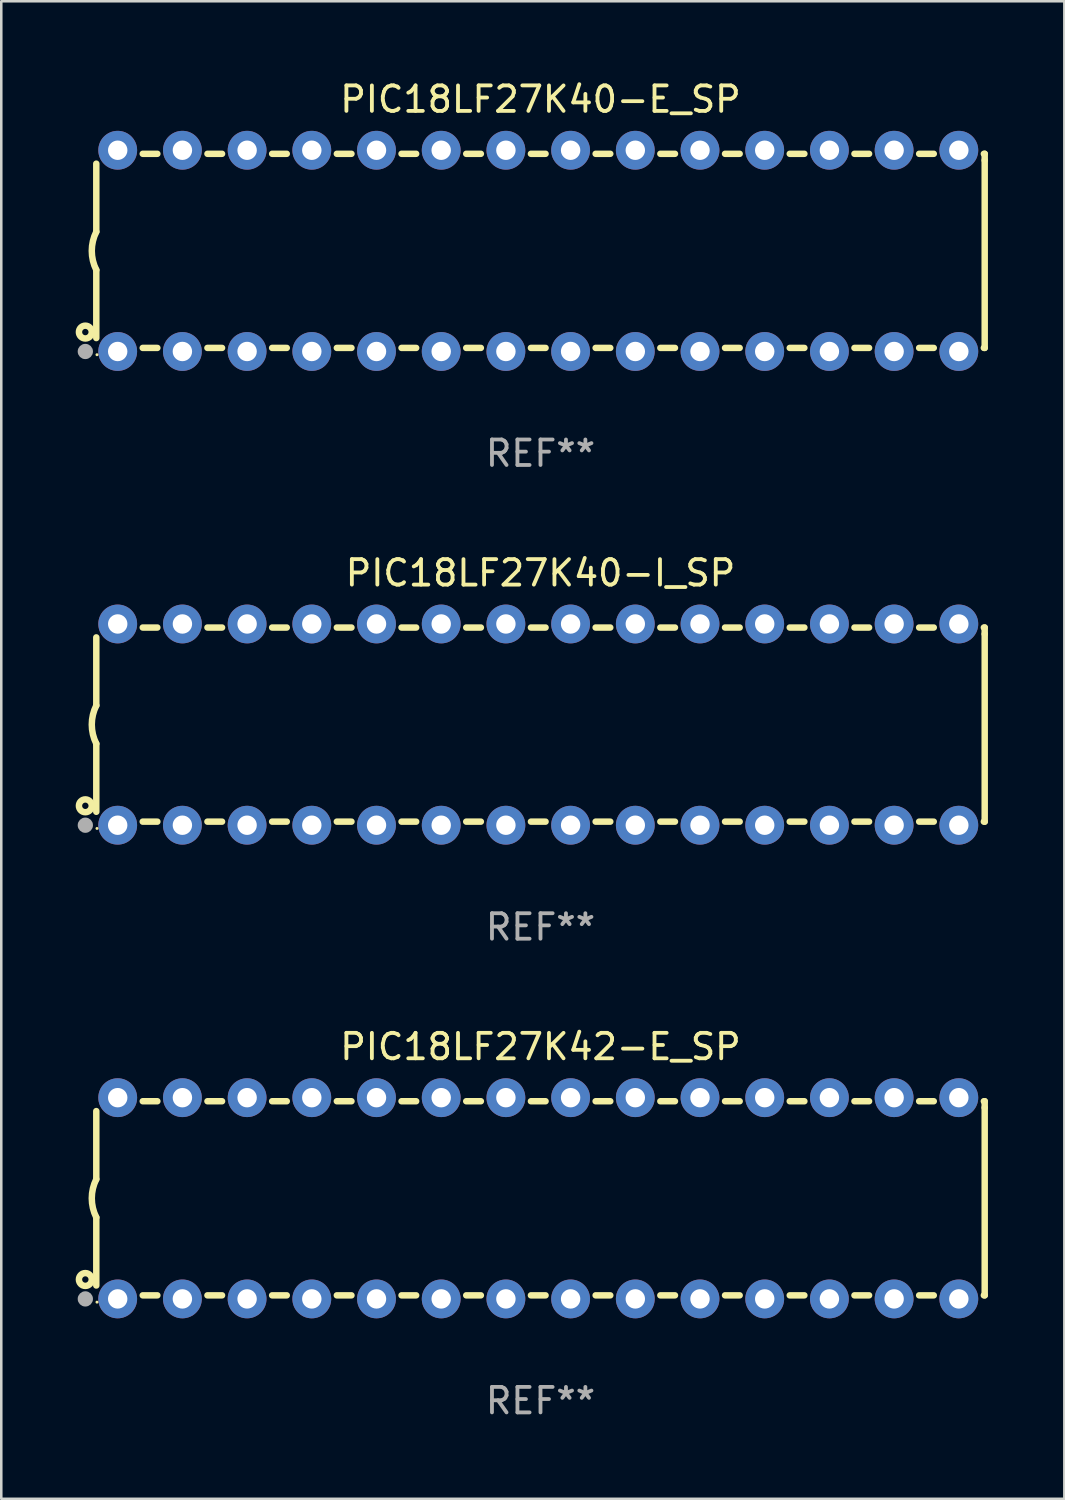
<source format=kicad_pcb>
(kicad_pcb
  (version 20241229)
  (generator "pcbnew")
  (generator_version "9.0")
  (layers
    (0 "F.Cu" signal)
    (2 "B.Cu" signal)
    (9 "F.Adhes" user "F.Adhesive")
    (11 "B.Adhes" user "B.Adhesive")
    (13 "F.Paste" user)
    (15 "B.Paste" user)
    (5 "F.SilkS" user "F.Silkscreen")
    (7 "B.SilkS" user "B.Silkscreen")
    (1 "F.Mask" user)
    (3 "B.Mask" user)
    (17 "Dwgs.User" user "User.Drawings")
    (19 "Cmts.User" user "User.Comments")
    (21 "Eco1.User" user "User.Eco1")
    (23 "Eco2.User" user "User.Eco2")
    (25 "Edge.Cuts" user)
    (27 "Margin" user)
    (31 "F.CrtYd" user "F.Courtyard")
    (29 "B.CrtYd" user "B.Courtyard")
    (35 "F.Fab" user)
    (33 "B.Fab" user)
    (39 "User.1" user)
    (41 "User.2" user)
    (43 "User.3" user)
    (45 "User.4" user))
  (footprint "PIC18LF27K40-I_SP"
    (layer "F.Cu")
    (at 18.168 25.395)
    (property "Reference" "PIC18LF27K40-I_SP" (at 0 -5.95 0) (layer "F.SilkS") (effects (font (size 1 1) (thickness 0.15))))
    (attr through_hole)
    (fp_line (start -17.438 0.75) (end -17.438 3.423) (stroke (width 0.254) (type solid)) (layer "F.SilkS"))
    (fp_line (start -17.438 -3.423) (end -17.438 -0.75) (stroke (width 0.254) (type solid)) (layer "F.SilkS"))
    (fp_line (start -15.615 3.81) (end -15.041 3.81) (stroke (width 0.254) (type solid)) (layer "F.SilkS"))
    (fp_line (start -15.041 -3.81) (end -15.614 -3.81) (stroke (width 0.254) (type solid)) (layer "F.SilkS"))
    (fp_line (start -13.075 3.81) (end -12.501 3.81) (stroke (width 0.254) (type solid)) (layer "F.SilkS"))
    (fp_line (start -12.501 -3.81) (end -13.074 -3.81) (stroke (width 0.254) (type solid)) (layer "F.SilkS"))
    (fp_line (start -10.535 3.81) (end -9.961 3.81) (stroke (width 0.254) (type solid)) (layer "F.SilkS"))
    (fp_line (start -9.961 -3.81) (end -10.534 -3.81) (stroke (width 0.254) (type solid)) (layer "F.SilkS"))
    (fp_line (start -7.995 3.81) (end -7.421 3.81) (stroke (width 0.254) (type solid)) (layer "F.SilkS"))
    (fp_line (start -7.421 -3.81) (end -7.995 -3.81) (stroke (width 0.254) (type solid)) (layer "F.SilkS"))
    (fp_line (start -5.455 3.81) (end -4.881 3.81) (stroke (width 0.254) (type solid)) (layer "F.SilkS"))
    (fp_line (start -4.881 -3.81) (end -5.455 -3.81) (stroke (width 0.254) (type solid)) (layer "F.SilkS"))
    (fp_line (start -2.915 3.81) (end -2.341 3.81) (stroke (width 0.254) (type solid)) (layer "F.SilkS"))
    (fp_line (start -2.341 -3.81) (end -2.915 -3.81) (stroke (width 0.254) (type solid)) (layer "F.SilkS"))
    (fp_line (start -0.375 3.81) (end 0.199 3.81) (stroke (width 0.254) (type solid)) (layer "F.SilkS"))
    (fp_line (start 0.199 -3.81) (end -0.375 -3.81) (stroke (width 0.254) (type solid)) (layer "F.SilkS"))
    (fp_line (start 2.165 3.81) (end 2.739 3.81) (stroke (width 0.254) (type solid)) (layer "F.SilkS"))
    (fp_line (start 2.739 -3.81) (end 2.165 -3.81) (stroke (width 0.254) (type solid)) (layer "F.SilkS"))
    (fp_line (start 4.705 3.81) (end 5.279 3.81) (stroke (width 0.254) (type solid)) (layer "F.SilkS"))
    (fp_line (start 5.279 -3.81) (end 4.705 -3.81) (stroke (width 0.254) (type solid)) (layer "F.SilkS"))
    (fp_line (start 7.245 3.81) (end 7.819 3.81) (stroke (width 0.254) (type solid)) (layer "F.SilkS"))
    (fp_line (start 7.819 -3.81) (end 7.245 -3.81) (stroke (width 0.254) (type solid)) (layer "F.SilkS"))
    (fp_line (start 9.785 3.81) (end 10.359 3.81) (stroke (width 0.254) (type solid)) (layer "F.SilkS"))
    (fp_line (start 10.359 -3.81) (end 9.785 -3.81) (stroke (width 0.254) (type solid)) (layer "F.SilkS"))
    (fp_line (start 12.325 3.81) (end 12.899 3.81) (stroke (width 0.254) (type solid)) (layer "F.SilkS"))
    (fp_line (start 12.899 -3.81) (end 12.325 -3.81) (stroke (width 0.254) (type solid)) (layer "F.SilkS"))
    (fp_line (start 14.865 3.81) (end 15.439 3.81) (stroke (width 0.254) (type solid)) (layer "F.SilkS"))
    (fp_line (start 15.439 -3.81) (end 14.865 -3.81) (stroke (width 0.254) (type solid)) (layer "F.SilkS"))
    (fp_line (start 17.405 3.81) (end 17.438 3.81) (stroke (width 0.254) (type solid)) (layer "F.SilkS"))
    (fp_line (start 17.438 -3.81) (end 17.405 -3.81) (stroke (width 0.254) (type solid)) (layer "F.SilkS"))
    (fp_line (start 17.438 -3.556) (end 17.438 -3.81) (stroke (width 0.254) (type solid)) (layer "F.SilkS"))
    (fp_line (start 17.438 3.81) (end 17.438 -3.556) (stroke (width 0.254) (type solid)) (layer "F.SilkS"))
    (fp_arc (start -17.437986 0.749657) (mid -17.614887 -0.000024) (end -17.437783 -0.749657) (stroke (width 0.254001) (type solid)) (layer "F.SilkS"))
    (fp_circle (center -17.868 3.188) (end -17.743 3.188) (stroke (width 0.254) (type solid)) (fill no) (layer "F.SilkS"))
    (fp_circle (center -17.411 4.077) (end -17.381 4.077) (stroke (width 0.06) (type solid)) (fill no) (layer "F.SilkS"))
    (fp_circle (center -17.868 3.95) (end -17.718 3.95) (stroke (width 0.3) (type solid)) (fill no) (layer "F.Fab"))
    (fp_text user "REF**" (at 0 7.95 0) (layer "F.Fab") (effects (font (size 1 1) (thickness 0.15))))
    (pad "1" thru_hole circle (at -16.598 3.95) (size 1.524 1.524) (drill 0.762) (layers "*.Cu" "*.Mask"))
    (pad "2" thru_hole circle (at -14.058 3.95) (size 1.524 1.524) (drill 0.762) (layers "*.Cu" "*.Mask"))
    (pad "3" thru_hole circle (at -11.518 3.95) (size 1.524 1.524) (drill 0.762) (layers "*.Cu" "*.Mask"))
    (pad "4" thru_hole circle (at -8.978 3.95) (size 1.524 1.524) (drill 0.762) (layers "*.Cu" "*.Mask"))
    (pad "5" thru_hole circle (at -6.438 3.95) (size 1.524 1.524) (drill 0.762) (layers "*.Cu" "*.Mask"))
    (pad "6" thru_hole circle (at -3.898 3.95) (size 1.524 1.524) (drill 0.762) (layers "*.Cu" "*.Mask"))
    (pad "7" thru_hole circle (at -1.358 3.95) (size 1.524 1.524) (drill 0.762) (layers "*.Cu" "*.Mask"))
    (pad "8" thru_hole circle (at 1.182 3.95) (size 1.524 1.524) (drill 0.762) (layers "*.Cu" "*.Mask"))
    (pad "9" thru_hole circle (at 3.722 3.95) (size 1.524 1.524) (drill 0.762) (layers "*.Cu" "*.Mask"))
    (pad "10" thru_hole circle (at 6.262 3.95) (size 1.524 1.524) (drill 0.762) (layers "*.Cu" "*.Mask"))
    (pad "11" thru_hole circle (at 8.802 3.95) (size 1.524 1.524) (drill 0.762) (layers "*.Cu" "*.Mask"))
    (pad "12" thru_hole circle (at 11.342 3.95) (size 1.524 1.524) (drill 0.762) (layers "*.Cu" "*.Mask"))
    (pad "13" thru_hole circle (at 13.882 3.95) (size 1.524 1.524) (drill 0.762) (layers "*.Cu" "*.Mask"))
    (pad "14" thru_hole circle (at 16.422 3.95) (size 1.524 1.524) (drill 0.762) (layers "*.Cu" "*.Mask"))
    (pad "15" thru_hole circle (at 16.422 -3.95) (size 1.524 1.524) (drill 0.762) (layers "*.Cu" "*.Mask"))
    (pad "16" thru_hole circle (at 13.882 -3.95) (size 1.524 1.524) (drill 0.762) (layers "*.Cu" "*.Mask"))
    (pad "17" thru_hole circle (at 11.342 -3.95) (size 1.524 1.524) (drill 0.762) (layers "*.Cu" "*.Mask"))
    (pad "18" thru_hole circle (at 8.802 -3.95) (size 1.524 1.524) (drill 0.762) (layers "*.Cu" "*.Mask"))
    (pad "19" thru_hole circle (at 6.262 -3.95) (size 1.524 1.524) (drill 0.762) (layers "*.Cu" "*.Mask"))
    (pad "20" thru_hole circle (at 3.722 -3.95) (size 1.524 1.524) (drill 0.762) (layers "*.Cu" "*.Mask"))
    (pad "21" thru_hole circle (at 1.182 -3.95) (size 1.524 1.524) (drill 0.762) (layers "*.Cu" "*.Mask"))
    (pad "22" thru_hole circle (at -1.358 -3.95) (size 1.524 1.524) (drill 0.762) (layers "*.Cu" "*.Mask"))
    (pad "23" thru_hole circle (at -3.898 -3.95) (size 1.524 1.524) (drill 0.762) (layers "*.Cu" "*.Mask"))
    (pad "24" thru_hole circle (at -6.438 -3.95) (size 1.524 1.524) (drill 0.762) (layers "*.Cu" "*.Mask"))
    (pad "25" thru_hole circle (at -8.978 -3.95) (size 1.524 1.524) (drill 0.762) (layers "*.Cu" "*.Mask"))
    (pad "26" thru_hole circle (at -11.517 -3.95) (size 1.524 1.524) (drill 0.762) (layers "*.Cu" "*.Mask"))
    (pad "27" thru_hole circle (at -14.057 -3.95) (size 1.524 1.524) (drill 0.762) (layers "*.Cu" "*.Mask"))
    (pad "28" thru_hole circle (at -16.597 -3.95) (size 1.524 1.524) (drill 0.762) (layers "*.Cu" "*.Mask")))
  (footprint "PIC18LF27K42-E_SP"
    (layer "F.Cu")
    (at 18.168 43.991)
    (property "Reference" "PIC18LF27K42-E_SP" (at 0 -5.95 0) (layer "F.SilkS") (effects (font (size 1 1) (thickness 0.15))))
    (attr through_hole)
    (fp_line (start -17.438 0.75) (end -17.438 3.423) (stroke (width 0.254) (type solid)) (layer "F.SilkS"))
    (fp_line (start -17.438 -3.423) (end -17.438 -0.75) (stroke (width 0.254) (type solid)) (layer "F.SilkS"))
    (fp_line (start -15.615 3.81) (end -15.041 3.81) (stroke (width 0.254) (type solid)) (layer "F.SilkS"))
    (fp_line (start -15.041 -3.81) (end -15.614 -3.81) (stroke (width 0.254) (type solid)) (layer "F.SilkS"))
    (fp_line (start -13.075 3.81) (end -12.501 3.81) (stroke (width 0.254) (type solid)) (layer "F.SilkS"))
    (fp_line (start -12.501 -3.81) (end -13.074 -3.81) (stroke (width 0.254) (type solid)) (layer "F.SilkS"))
    (fp_line (start -10.535 3.81) (end -9.961 3.81) (stroke (width 0.254) (type solid)) (layer "F.SilkS"))
    (fp_line (start -9.961 -3.81) (end -10.534 -3.81) (stroke (width 0.254) (type solid)) (layer "F.SilkS"))
    (fp_line (start -7.995 3.81) (end -7.421 3.81) (stroke (width 0.254) (type solid)) (layer "F.SilkS"))
    (fp_line (start -7.421 -3.81) (end -7.995 -3.81) (stroke (width 0.254) (type solid)) (layer "F.SilkS"))
    (fp_line (start -5.455 3.81) (end -4.881 3.81) (stroke (width 0.254) (type solid)) (layer "F.SilkS"))
    (fp_line (start -4.881 -3.81) (end -5.455 -3.81) (stroke (width 0.254) (type solid)) (layer "F.SilkS"))
    (fp_line (start -2.915 3.81) (end -2.341 3.81) (stroke (width 0.254) (type solid)) (layer "F.SilkS"))
    (fp_line (start -2.341 -3.81) (end -2.915 -3.81) (stroke (width 0.254) (type solid)) (layer "F.SilkS"))
    (fp_line (start -0.375 3.81) (end 0.199 3.81) (stroke (width 0.254) (type solid)) (layer "F.SilkS"))
    (fp_line (start 0.199 -3.81) (end -0.375 -3.81) (stroke (width 0.254) (type solid)) (layer "F.SilkS"))
    (fp_line (start 2.165 3.81) (end 2.739 3.81) (stroke (width 0.254) (type solid)) (layer "F.SilkS"))
    (fp_line (start 2.739 -3.81) (end 2.165 -3.81) (stroke (width 0.254) (type solid)) (layer "F.SilkS"))
    (fp_line (start 4.705 3.81) (end 5.279 3.81) (stroke (width 0.254) (type solid)) (layer "F.SilkS"))
    (fp_line (start 5.279 -3.81) (end 4.705 -3.81) (stroke (width 0.254) (type solid)) (layer "F.SilkS"))
    (fp_line (start 7.245 3.81) (end 7.819 3.81) (stroke (width 0.254) (type solid)) (layer "F.SilkS"))
    (fp_line (start 7.819 -3.81) (end 7.245 -3.81) (stroke (width 0.254) (type solid)) (layer "F.SilkS"))
    (fp_line (start 9.785 3.81) (end 10.359 3.81) (stroke (width 0.254) (type solid)) (layer "F.SilkS"))
    (fp_line (start 10.359 -3.81) (end 9.785 -3.81) (stroke (width 0.254) (type solid)) (layer "F.SilkS"))
    (fp_line (start 12.325 3.81) (end 12.899 3.81) (stroke (width 0.254) (type solid)) (layer "F.SilkS"))
    (fp_line (start 12.899 -3.81) (end 12.325 -3.81) (stroke (width 0.254) (type solid)) (layer "F.SilkS"))
    (fp_line (start 14.865 3.81) (end 15.439 3.81) (stroke (width 0.254) (type solid)) (layer "F.SilkS"))
    (fp_line (start 15.439 -3.81) (end 14.865 -3.81) (stroke (width 0.254) (type solid)) (layer "F.SilkS"))
    (fp_line (start 17.405 3.81) (end 17.438 3.81) (stroke (width 0.254) (type solid)) (layer "F.SilkS"))
    (fp_line (start 17.438 -3.81) (end 17.405 -3.81) (stroke (width 0.254) (type solid)) (layer "F.SilkS"))
    (fp_line (start 17.438 -3.556) (end 17.438 -3.81) (stroke (width 0.254) (type solid)) (layer "F.SilkS"))
    (fp_line (start 17.438 3.81) (end 17.438 -3.556) (stroke (width 0.254) (type solid)) (layer "F.SilkS"))
    (fp_arc (start -17.437986 0.749657) (mid -17.614887 -0.000024) (end -17.437783 -0.749657) (stroke (width 0.254001) (type solid)) (layer "F.SilkS"))
    (fp_circle (center -17.868 3.188) (end -17.743 3.188) (stroke (width 0.254) (type solid)) (fill no) (layer "F.SilkS"))
    (fp_circle (center -17.411 4.077) (end -17.381 4.077) (stroke (width 0.06) (type solid)) (fill no) (layer "F.SilkS"))
    (fp_circle (center -17.868 3.95) (end -17.718 3.95) (stroke (width 0.3) (type solid)) (fill no) (layer "F.Fab"))
    (fp_text user "REF**" (at 0 7.95 0) (layer "F.Fab") (effects (font (size 1 1) (thickness 0.15))))
    (pad "1" thru_hole circle (at -16.598 3.95) (size 1.524 1.524) (drill 0.762) (layers "*.Cu" "*.Mask"))
    (pad "2" thru_hole circle (at -14.058 3.95) (size 1.524 1.524) (drill 0.762) (layers "*.Cu" "*.Mask"))
    (pad "3" thru_hole circle (at -11.518 3.95) (size 1.524 1.524) (drill 0.762) (layers "*.Cu" "*.Mask"))
    (pad "4" thru_hole circle (at -8.978 3.95) (size 1.524 1.524) (drill 0.762) (layers "*.Cu" "*.Mask"))
    (pad "5" thru_hole circle (at -6.438 3.95) (size 1.524 1.524) (drill 0.762) (layers "*.Cu" "*.Mask"))
    (pad "6" thru_hole circle (at -3.898 3.95) (size 1.524 1.524) (drill 0.762) (layers "*.Cu" "*.Mask"))
    (pad "7" thru_hole circle (at -1.358 3.95) (size 1.524 1.524) (drill 0.762) (layers "*.Cu" "*.Mask"))
    (pad "8" thru_hole circle (at 1.182 3.95) (size 1.524 1.524) (drill 0.762) (layers "*.Cu" "*.Mask"))
    (pad "9" thru_hole circle (at 3.722 3.95) (size 1.524 1.524) (drill 0.762) (layers "*.Cu" "*.Mask"))
    (pad "10" thru_hole circle (at 6.262 3.95) (size 1.524 1.524) (drill 0.762) (layers "*.Cu" "*.Mask"))
    (pad "11" thru_hole circle (at 8.802 3.95) (size 1.524 1.524) (drill 0.762) (layers "*.Cu" "*.Mask"))
    (pad "12" thru_hole circle (at 11.342 3.95) (size 1.524 1.524) (drill 0.762) (layers "*.Cu" "*.Mask"))
    (pad "13" thru_hole circle (at 13.882 3.95) (size 1.524 1.524) (drill 0.762) (layers "*.Cu" "*.Mask"))
    (pad "14" thru_hole circle (at 16.422 3.95) (size 1.524 1.524) (drill 0.762) (layers "*.Cu" "*.Mask"))
    (pad "15" thru_hole circle (at 16.422 -3.95) (size 1.524 1.524) (drill 0.762) (layers "*.Cu" "*.Mask"))
    (pad "16" thru_hole circle (at 13.882 -3.95) (size 1.524 1.524) (drill 0.762) (layers "*.Cu" "*.Mask"))
    (pad "17" thru_hole circle (at 11.342 -3.95) (size 1.524 1.524) (drill 0.762) (layers "*.Cu" "*.Mask"))
    (pad "18" thru_hole circle (at 8.802 -3.95) (size 1.524 1.524) (drill 0.762) (layers "*.Cu" "*.Mask"))
    (pad "19" thru_hole circle (at 6.262 -3.95) (size 1.524 1.524) (drill 0.762) (layers "*.Cu" "*.Mask"))
    (pad "20" thru_hole circle (at 3.722 -3.95) (size 1.524 1.524) (drill 0.762) (layers "*.Cu" "*.Mask"))
    (pad "21" thru_hole circle (at 1.182 -3.95) (size 1.524 1.524) (drill 0.762) (layers "*.Cu" "*.Mask"))
    (pad "22" thru_hole circle (at -1.358 -3.95) (size 1.524 1.524) (drill 0.762) (layers "*.Cu" "*.Mask"))
    (pad "23" thru_hole circle (at -3.898 -3.95) (size 1.524 1.524) (drill 0.762) (layers "*.Cu" "*.Mask"))
    (pad "24" thru_hole circle (at -6.438 -3.95) (size 1.524 1.524) (drill 0.762) (layers "*.Cu" "*.Mask"))
    (pad "25" thru_hole circle (at -8.978 -3.95) (size 1.524 1.524) (drill 0.762) (layers "*.Cu" "*.Mask"))
    (pad "26" thru_hole circle (at -11.517 -3.95) (size 1.524 1.524) (drill 0.762) (layers "*.Cu" "*.Mask"))
    (pad "27" thru_hole circle (at -14.057 -3.95) (size 1.524 1.524) (drill 0.762) (layers "*.Cu" "*.Mask"))
    (pad "28" thru_hole circle (at -16.597 -3.95) (size 1.524 1.524) (drill 0.762) (layers "*.Cu" "*.Mask")))
  (footprint "PIC18LF27K40-E_SP"
    (layer "F.Cu")
    (at 18.168 6.798)
    (property "Reference" "PIC18LF27K40-E_SP" (at 0 -5.95 0) (layer "F.SilkS") (effects (font (size 1 1) (thickness 0.15))))
    (attr through_hole)
    (fp_line (start -17.438 0.75) (end -17.438 3.423) (stroke (width 0.254) (type solid)) (layer "F.SilkS"))
    (fp_line (start -17.438 -3.423) (end -17.438 -0.75) (stroke (width 0.254) (type solid)) (layer "F.SilkS"))
    (fp_line (start -15.615 3.81) (end -15.041 3.81) (stroke (width 0.254) (type solid)) (layer "F.SilkS"))
    (fp_line (start -15.041 -3.81) (end -15.614 -3.81) (stroke (width 0.254) (type solid)) (layer "F.SilkS"))
    (fp_line (start -13.075 3.81) (end -12.501 3.81) (stroke (width 0.254) (type solid)) (layer "F.SilkS"))
    (fp_line (start -12.501 -3.81) (end -13.074 -3.81) (stroke (width 0.254) (type solid)) (layer "F.SilkS"))
    (fp_line (start -10.535 3.81) (end -9.961 3.81) (stroke (width 0.254) (type solid)) (layer "F.SilkS"))
    (fp_line (start -9.961 -3.81) (end -10.534 -3.81) (stroke (width 0.254) (type solid)) (layer "F.SilkS"))
    (fp_line (start -7.995 3.81) (end -7.421 3.81) (stroke (width 0.254) (type solid)) (layer "F.SilkS"))
    (fp_line (start -7.421 -3.81) (end -7.995 -3.81) (stroke (width 0.254) (type solid)) (layer "F.SilkS"))
    (fp_line (start -5.455 3.81) (end -4.881 3.81) (stroke (width 0.254) (type solid)) (layer "F.SilkS"))
    (fp_line (start -4.881 -3.81) (end -5.455 -3.81) (stroke (width 0.254) (type solid)) (layer "F.SilkS"))
    (fp_line (start -2.915 3.81) (end -2.341 3.81) (stroke (width 0.254) (type solid)) (layer "F.SilkS"))
    (fp_line (start -2.341 -3.81) (end -2.915 -3.81) (stroke (width 0.254) (type solid)) (layer "F.SilkS"))
    (fp_line (start -0.375 3.81) (end 0.199 3.81) (stroke (width 0.254) (type solid)) (layer "F.SilkS"))
    (fp_line (start 0.199 -3.81) (end -0.375 -3.81) (stroke (width 0.254) (type solid)) (layer "F.SilkS"))
    (fp_line (start 2.165 3.81) (end 2.739 3.81) (stroke (width 0.254) (type solid)) (layer "F.SilkS"))
    (fp_line (start 2.739 -3.81) (end 2.165 -3.81) (stroke (width 0.254) (type solid)) (layer "F.SilkS"))
    (fp_line (start 4.705 3.81) (end 5.279 3.81) (stroke (width 0.254) (type solid)) (layer "F.SilkS"))
    (fp_line (start 5.279 -3.81) (end 4.705 -3.81) (stroke (width 0.254) (type solid)) (layer "F.SilkS"))
    (fp_line (start 7.245 3.81) (end 7.819 3.81) (stroke (width 0.254) (type solid)) (layer "F.SilkS"))
    (fp_line (start 7.819 -3.81) (end 7.245 -3.81) (stroke (width 0.254) (type solid)) (layer "F.SilkS"))
    (fp_line (start 9.785 3.81) (end 10.359 3.81) (stroke (width 0.254) (type solid)) (layer "F.SilkS"))
    (fp_line (start 10.359 -3.81) (end 9.785 -3.81) (stroke (width 0.254) (type solid)) (layer "F.SilkS"))
    (fp_line (start 12.325 3.81) (end 12.899 3.81) (stroke (width 0.254) (type solid)) (layer "F.SilkS"))
    (fp_line (start 12.899 -3.81) (end 12.325 -3.81) (stroke (width 0.254) (type solid)) (layer "F.SilkS"))
    (fp_line (start 14.865 3.81) (end 15.439 3.81) (stroke (width 0.254) (type solid)) (layer "F.SilkS"))
    (fp_line (start 15.439 -3.81) (end 14.865 -3.81) (stroke (width 0.254) (type solid)) (layer "F.SilkS"))
    (fp_line (start 17.405 3.81) (end 17.438 3.81) (stroke (width 0.254) (type solid)) (layer "F.SilkS"))
    (fp_line (start 17.438 -3.81) (end 17.405 -3.81) (stroke (width 0.254) (type solid)) (layer "F.SilkS"))
    (fp_line (start 17.438 -3.556) (end 17.438 -3.81) (stroke (width 0.254) (type solid)) (layer "F.SilkS"))
    (fp_line (start 17.438 3.81) (end 17.438 -3.556) (stroke (width 0.254) (type solid)) (layer "F.SilkS"))
    (fp_arc (start -17.437986 0.749657) (mid -17.614887 -0.000024) (end -17.437783 -0.749657) (stroke (width 0.254001) (type solid)) (layer "F.SilkS"))
    (fp_circle (center -17.868 3.188) (end -17.743 3.188) (stroke (width 0.254) (type solid)) (fill no) (layer "F.SilkS"))
    (fp_circle (center -17.411 4.077) (end -17.381 4.077) (stroke (width 0.06) (type solid)) (fill no) (layer "F.SilkS"))
    (fp_circle (center -17.868 3.95) (end -17.718 3.95) (stroke (width 0.3) (type solid)) (fill no) (layer "F.Fab"))
    (fp_text user "REF**" (at 0 7.95 0) (layer "F.Fab") (effects (font (size 1 1) (thickness 0.15))))
    (pad "1" thru_hole circle (at -16.598 3.95) (size 1.524 1.524) (drill 0.762) (layers "*.Cu" "*.Mask"))
    (pad "2" thru_hole circle (at -14.058 3.95) (size 1.524 1.524) (drill 0.762) (layers "*.Cu" "*.Mask"))
    (pad "3" thru_hole circle (at -11.518 3.95) (size 1.524 1.524) (drill 0.762) (layers "*.Cu" "*.Mask"))
    (pad "4" thru_hole circle (at -8.978 3.95) (size 1.524 1.524) (drill 0.762) (layers "*.Cu" "*.Mask"))
    (pad "5" thru_hole circle (at -6.438 3.95) (size 1.524 1.524) (drill 0.762) (layers "*.Cu" "*.Mask"))
    (pad "6" thru_hole circle (at -3.898 3.95) (size 1.524 1.524) (drill 0.762) (layers "*.Cu" "*.Mask"))
    (pad "7" thru_hole circle (at -1.358 3.95) (size 1.524 1.524) (drill 0.762) (layers "*.Cu" "*.Mask"))
    (pad "8" thru_hole circle (at 1.182 3.95) (size 1.524 1.524) (drill 0.762) (layers "*.Cu" "*.Mask"))
    (pad "9" thru_hole circle (at 3.722 3.95) (size 1.524 1.524) (drill 0.762) (layers "*.Cu" "*.Mask"))
    (pad "10" thru_hole circle (at 6.262 3.95) (size 1.524 1.524) (drill 0.762) (layers "*.Cu" "*.Mask"))
    (pad "11" thru_hole circle (at 8.802 3.95) (size 1.524 1.524) (drill 0.762) (layers "*.Cu" "*.Mask"))
    (pad "12" thru_hole circle (at 11.342 3.95) (size 1.524 1.524) (drill 0.762) (layers "*.Cu" "*.Mask"))
    (pad "13" thru_hole circle (at 13.882 3.95) (size 1.524 1.524) (drill 0.762) (layers "*.Cu" "*.Mask"))
    (pad "14" thru_hole circle (at 16.422 3.95) (size 1.524 1.524) (drill 0.762) (layers "*.Cu" "*.Mask"))
    (pad "15" thru_hole circle (at 16.422 -3.95) (size 1.524 1.524) (drill 0.762) (layers "*.Cu" "*.Mask"))
    (pad "16" thru_hole circle (at 13.882 -3.95) (size 1.524 1.524) (drill 0.762) (layers "*.Cu" "*.Mask"))
    (pad "17" thru_hole circle (at 11.342 -3.95) (size 1.524 1.524) (drill 0.762) (layers "*.Cu" "*.Mask"))
    (pad "18" thru_hole circle (at 8.802 -3.95) (size 1.524 1.524) (drill 0.762) (layers "*.Cu" "*.Mask"))
    (pad "19" thru_hole circle (at 6.262 -3.95) (size 1.524 1.524) (drill 0.762) (layers "*.Cu" "*.Mask"))
    (pad "20" thru_hole circle (at 3.722 -3.95) (size 1.524 1.524) (drill 0.762) (layers "*.Cu" "*.Mask"))
    (pad "21" thru_hole circle (at 1.182 -3.95) (size 1.524 1.524) (drill 0.762) (layers "*.Cu" "*.Mask"))
    (pad "22" thru_hole circle (at -1.358 -3.95) (size 1.524 1.524) (drill 0.762) (layers "*.Cu" "*.Mask"))
    (pad "23" thru_hole circle (at -3.898 -3.95) (size 1.524 1.524) (drill 0.762) (layers "*.Cu" "*.Mask"))
    (pad "24" thru_hole circle (at -6.438 -3.95) (size 1.524 1.524) (drill 0.762) (layers "*.Cu" "*.Mask"))
    (pad "25" thru_hole circle (at -8.978 -3.95) (size 1.524 1.524) (drill 0.762) (layers "*.Cu" "*.Mask"))
    (pad "26" thru_hole circle (at -11.517 -3.95) (size 1.524 1.524) (drill 0.762) (layers "*.Cu" "*.Mask"))
    (pad "27" thru_hole circle (at -14.057 -3.95) (size 1.524 1.524) (drill 0.762) (layers "*.Cu" "*.Mask"))
    (pad "28" thru_hole circle (at -16.597 -3.95) (size 1.524 1.524) (drill 0.762) (layers "*.Cu" "*.Mask")))
  (gr_rect
    (start -3 -3)
    (end 38.733 55.789)
    (stroke (width 0.1) (type default))
    (fill no)
    (layer "Edge.Cuts")))
</source>
